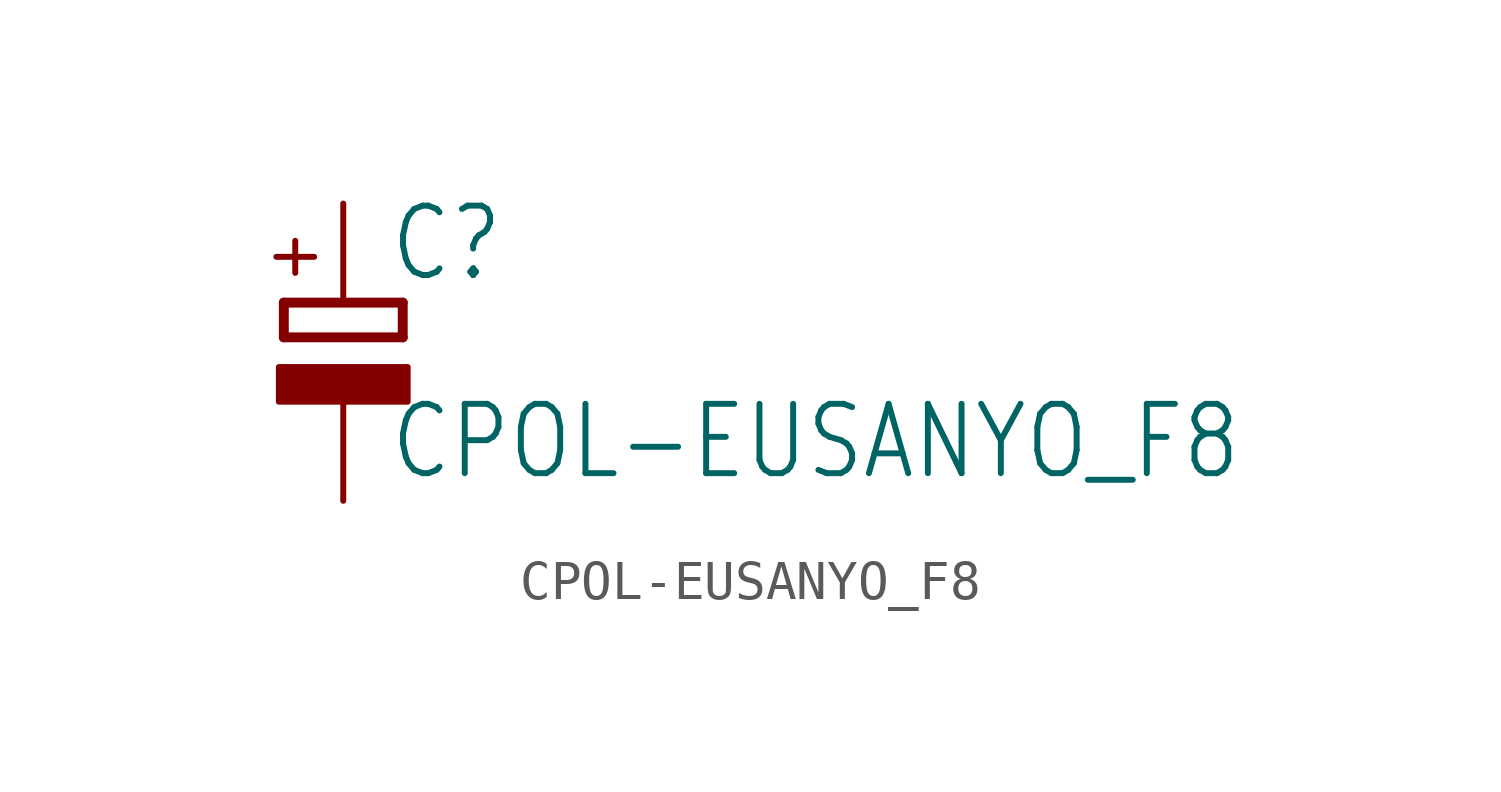
<source format=kicad_sym>
(kicad_symbol_lib
  (version 20210619)
  (generator kicad_symbol_editor)
  (symbol "CPOL-EUSANYO_F8"
    (property "Reference" "C"
      (at 1.143 0.483 0)
      (effects (font (size 1.778 1.511)) (justify left bottom)))
    (property "Value" "CPOL-EUSANYO_F8"
      (at 1.143 -4.597 0)
      (effects (font (size 1.778 1.511)) (justify left bottom)))
    (property "ki_locked" ""
      (at 0 0 0)
      (effects (font (size 1.27 1.27))))
    (symbol "CPOL-EUSANYO_F8_1_0"
      (text "+" (at -0.584 0.406 900) (effects (font (size 1.27 1.079)) (justify left bottom)))
      (rectangle (start -1.651 -2.54) (end 1.651 -1.651) (stroke (width 0)) (fill (type outline)))
      (polyline (pts (xy -1.524 -0.889) (xy 1.524 -0.889)) (stroke (width 0.254)) (fill (type none)))
      (polyline (pts (xy -1.524 0) (xy -1.524 -0.889)) (stroke (width 0.254)) (fill (type none)))
      (polyline (pts (xy -1.524 0) (xy 1.524 0)) (stroke (width 0.254)) (fill (type none)))
      (polyline (pts (xy 1.524 -0.889) (xy 1.524 0)) (stroke (width 0.254)) (fill (type none)))
      (pin passive line (at 0 2.54 270) (length 2.54) (name "+" (effects (font (size 0 0)))) (number "+" (effects (font (size 0 0)))))
      (pin passive line (at 0 -5.08 90) (length 2.54) (name "-" (effects (font (size 0 0)))) (number "-" (effects (font (size 0 0))))))))
</source>
